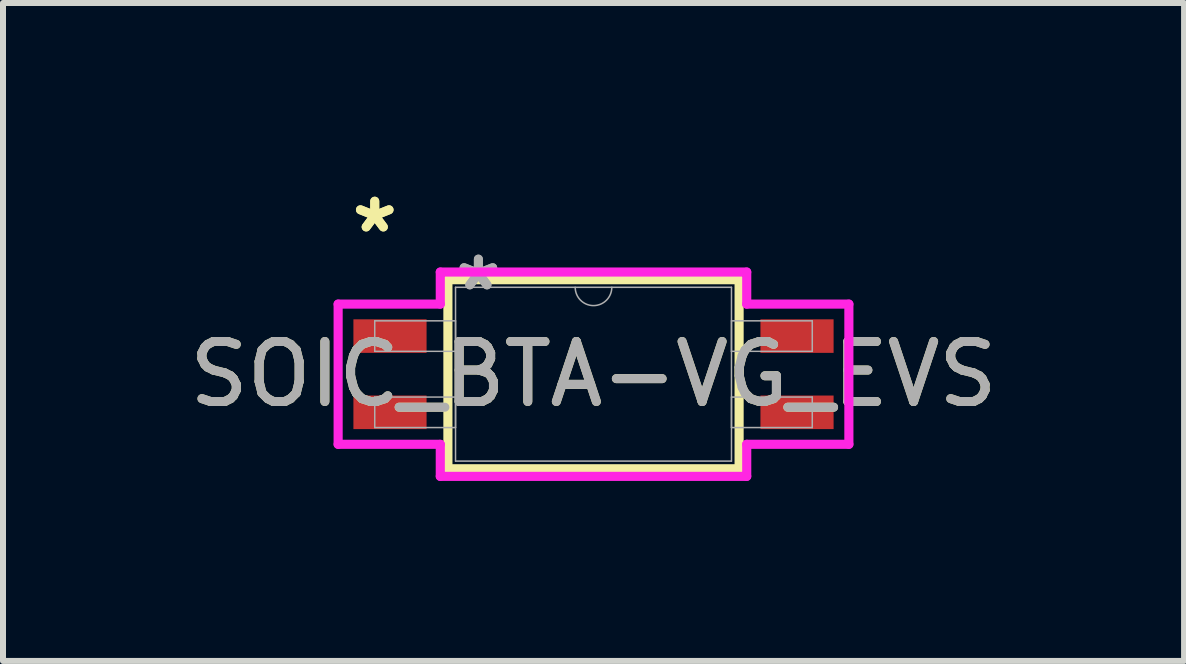
<source format=kicad_pcb>
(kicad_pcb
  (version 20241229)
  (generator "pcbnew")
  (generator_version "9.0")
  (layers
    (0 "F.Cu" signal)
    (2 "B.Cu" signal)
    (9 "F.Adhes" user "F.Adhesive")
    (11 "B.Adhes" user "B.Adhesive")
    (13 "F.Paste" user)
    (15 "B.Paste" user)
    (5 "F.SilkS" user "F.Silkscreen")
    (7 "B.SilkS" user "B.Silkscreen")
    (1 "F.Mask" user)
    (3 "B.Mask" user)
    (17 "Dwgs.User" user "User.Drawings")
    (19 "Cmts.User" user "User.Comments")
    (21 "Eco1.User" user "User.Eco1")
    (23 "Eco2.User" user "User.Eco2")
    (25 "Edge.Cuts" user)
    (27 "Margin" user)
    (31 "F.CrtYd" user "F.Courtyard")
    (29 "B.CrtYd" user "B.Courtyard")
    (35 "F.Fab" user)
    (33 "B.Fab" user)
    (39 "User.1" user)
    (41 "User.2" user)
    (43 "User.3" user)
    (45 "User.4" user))
  (footprint "SOIC_BTA-VG_EVS"
    (layer "F.Cu")
    (at 6.839 3.185)
    (property "Reference" "SOIC_BTA-VG_EVS" (at 0 0 0) (unlocked yes) (layer "F.SilkS") (effects (font (size 1 1) (thickness 0.15))))
    (attr smd)
    (fp_line (start -2.426 -1.575) (end -2.426 1.575) (stroke (width 0.152) (type solid)) (layer "F.SilkS"))
    (fp_line (start -2.426 1.575) (end 2.426 1.575) (stroke (width 0.152) (type solid)) (layer "F.SilkS"))
    (fp_line (start 2.426 -1.575) (end -2.426 -1.575) (stroke (width 0.152) (type solid)) (layer "F.SilkS"))
    (fp_line (start 2.426 1.575) (end 2.426 -1.575) (stroke (width 0.152) (type solid)) (layer "F.SilkS"))
    (fp_line (start -4.255 -1.168) (end -2.553 -1.168) (stroke (width 0.152) (type solid)) (layer "F.CrtYd"))
    (fp_line (start -4.255 1.168) (end -4.255 -1.168) (stroke (width 0.152) (type solid)) (layer "F.CrtYd"))
    (fp_line (start -4.255 1.168) (end -2.553 1.168) (stroke (width 0.152) (type solid)) (layer "F.CrtYd"))
    (fp_line (start -2.553 -1.702) (end 2.553 -1.702) (stroke (width 0.152) (type solid)) (layer "F.CrtYd"))
    (fp_line (start -2.553 -1.168) (end -2.553 -1.702) (stroke (width 0.152) (type solid)) (layer "F.CrtYd"))
    (fp_line (start -2.553 1.702) (end -2.553 1.168) (stroke (width 0.152) (type solid)) (layer "F.CrtYd"))
    (fp_line (start 2.553 -1.702) (end 2.553 -1.168) (stroke (width 0.152) (type solid)) (layer "F.CrtYd"))
    (fp_line (start 2.553 1.168) (end 2.553 1.702) (stroke (width 0.152) (type solid)) (layer "F.CrtYd"))
    (fp_line (start 2.553 1.702) (end -2.553 1.702) (stroke (width 0.152) (type solid)) (layer "F.CrtYd"))
    (fp_line (start 4.255 -1.168) (end 2.553 -1.168) (stroke (width 0.152) (type solid)) (layer "F.CrtYd"))
    (fp_line (start 4.255 -1.168) (end 4.255 1.168) (stroke (width 0.152) (type solid)) (layer "F.CrtYd"))
    (fp_line (start 4.255 1.168) (end 2.553 1.168) (stroke (width 0.152) (type solid)) (layer "F.CrtYd"))
    (fp_line (start -3.645 -0.889) (end -3.645 -0.381) (stroke (width 0.025) (type solid)) (layer "F.Fab"))
    (fp_line (start -3.645 -0.381) (end -2.299 -0.381) (stroke (width 0.025) (type solid)) (layer "F.Fab"))
    (fp_line (start -3.645 0.381) (end -3.645 0.889) (stroke (width 0.025) (type solid)) (layer "F.Fab"))
    (fp_line (start -3.645 0.889) (end -2.299 0.889) (stroke (width 0.025) (type solid)) (layer "F.Fab"))
    (fp_line (start -2.299 -1.448) (end -2.299 1.448) (stroke (width 0.025) (type solid)) (layer "F.Fab"))
    (fp_line (start -2.299 -0.889) (end -3.645 -0.889) (stroke (width 0.025) (type solid)) (layer "F.Fab"))
    (fp_line (start -2.299 -0.381) (end -2.299 -0.889) (stroke (width 0.025) (type solid)) (layer "F.Fab"))
    (fp_line (start -2.299 0.381) (end -3.645 0.381) (stroke (width 0.025) (type solid)) (layer "F.Fab"))
    (fp_line (start -2.299 0.889) (end -2.299 0.381) (stroke (width 0.025) (type solid)) (layer "F.Fab"))
    (fp_line (start -2.299 1.448) (end 2.299 1.448) (stroke (width 0.025) (type solid)) (layer "F.Fab"))
    (fp_line (start 2.299 -1.448) (end -2.299 -1.448) (stroke (width 0.025) (type solid)) (layer "F.Fab"))
    (fp_line (start 2.299 -0.889) (end 2.299 -0.381) (stroke (width 0.025) (type solid)) (layer "F.Fab"))
    (fp_line (start 2.299 -0.381) (end 3.645 -0.381) (stroke (width 0.025) (type solid)) (layer "F.Fab"))
    (fp_line (start 2.299 0.381) (end 2.299 0.889) (stroke (width 0.025) (type solid)) (layer "F.Fab"))
    (fp_line (start 2.299 0.889) (end 3.645 0.889) (stroke (width 0.025) (type solid)) (layer "F.Fab"))
    (fp_line (start 2.299 1.448) (end 2.299 -1.448) (stroke (width 0.025) (type solid)) (layer "F.Fab"))
    (fp_line (start 3.645 -0.889) (end 2.299 -0.889) (stroke (width 0.025) (type solid)) (layer "F.Fab"))
    (fp_line (start 3.645 -0.381) (end 3.645 -0.889) (stroke (width 0.025) (type solid)) (layer "F.Fab"))
    (fp_line (start 3.645 0.381) (end 2.299 0.381) (stroke (width 0.025) (type solid)) (layer "F.Fab"))
    (fp_line (start 3.645 0.889) (end 3.645 0.381) (stroke (width 0.025) (type solid)) (layer "F.Fab"))
    (fp_arc (start 0.3048 -1.4478) (mid 0 -1.143) (end -0.3048 -1.4478) (stroke (width 0.0254) (type solid)) (layer "F.Fab"))
    (fp_text user "*" (at -3.645 -2.337 0) (layer "F.SilkS") (effects (font (size 1 1) (thickness 0.15))))
    (fp_text user "*" (at -3.645 -2.337 0) (unlocked yes) (layer "F.SilkS") (effects (font (size 1 1) (thickness 0.15))))
    (fp_text user "*" (at -1.918 -1.372 0) (layer "F.Fab") (effects (font (size 1 1) (thickness 0.15))))
    (fp_text user "*" (at -1.918 -1.372 0) (unlocked yes) (layer "F.Fab") (effects (font (size 1 1) (thickness 0.15))))
    (fp_text user "${REFERENCE}" (at 0 0 0) (unlocked yes) (layer "F.Fab") (effects (font (size 1 1) (thickness 0.15))))
    (pad "1" smd rect (at -3.391 -0.635) (size 1.219 0.559) (layers "F.Cu" "F.Mask" "F.Paste"))
    (pad "2" smd rect (at -3.391 0.635) (size 1.219 0.559) (layers "F.Cu" "F.Mask" "F.Paste"))
    (pad "3" smd rect (at 3.391 0.635) (size 1.219 0.559) (layers "F.Cu" "F.Mask" "F.Paste"))
    (pad "4" smd rect (at 3.391 -0.635) (size 1.219 0.559) (layers "F.Cu" "F.Mask" "F.Paste")))
  (gr_rect
    (start -3 -3)
    (end 16.679 7.963)
    (stroke (width 0.1) (type default))
    (fill no)
    (layer "Edge.Cuts")))
</source>
